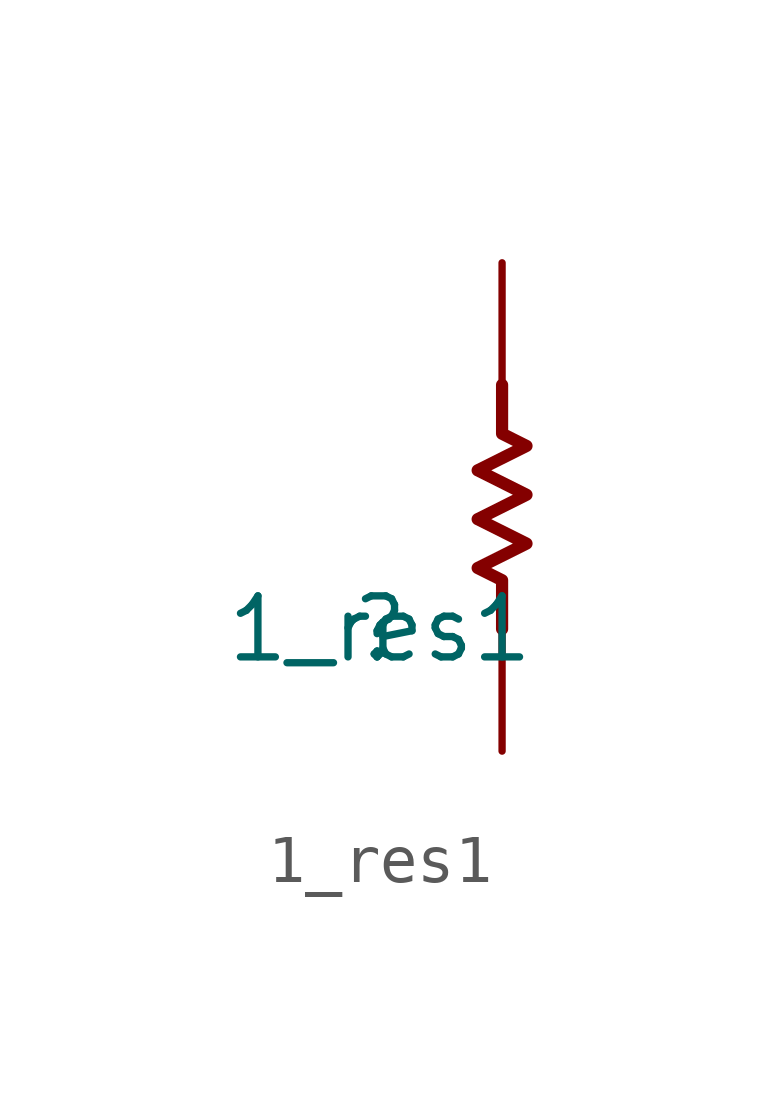
<source format=kicad_sym>
(kicad_symbol_lib
  (version 20211014)
  (generator kicad_symbol_editor)
  (symbol "1_res1"
    (property "Reference" ""
      (at 0 0 0)
      (effects (font (size 1.27 1.27))))
    (property "Value" "1_res1"
      (at 0 0 0)
      (effects (font (size 1.27 1.27))))
    (symbol "1_res1_1_0"
      (polyline (pts (xy 2.54 5.08) (xy 2.54 4.064) (xy 3.048 3.81) (xy 2.032 3.302) (xy 3.048 2.794) (xy 2.032 2.286) (xy 3.048 1.778) (xy 2.032 1.27) (xy 2.54 1.016) (xy 2.54 0)) (stroke (width 0.254) (type default) (color 0 0 0 0)) (fill (type none)))
      (pin passive line (at 2.54 -2.54 90) (length 2.54) (name "1" (effects (font (size 0 0)))) (number "1" (effects (font (size 0 0)))))
      (pin passive line (at 2.54 7.62 270) (length 2.54) (name "2" (effects (font (size 0 0)))) (number "2" (effects (font (size 0 0))))))))
</source>
